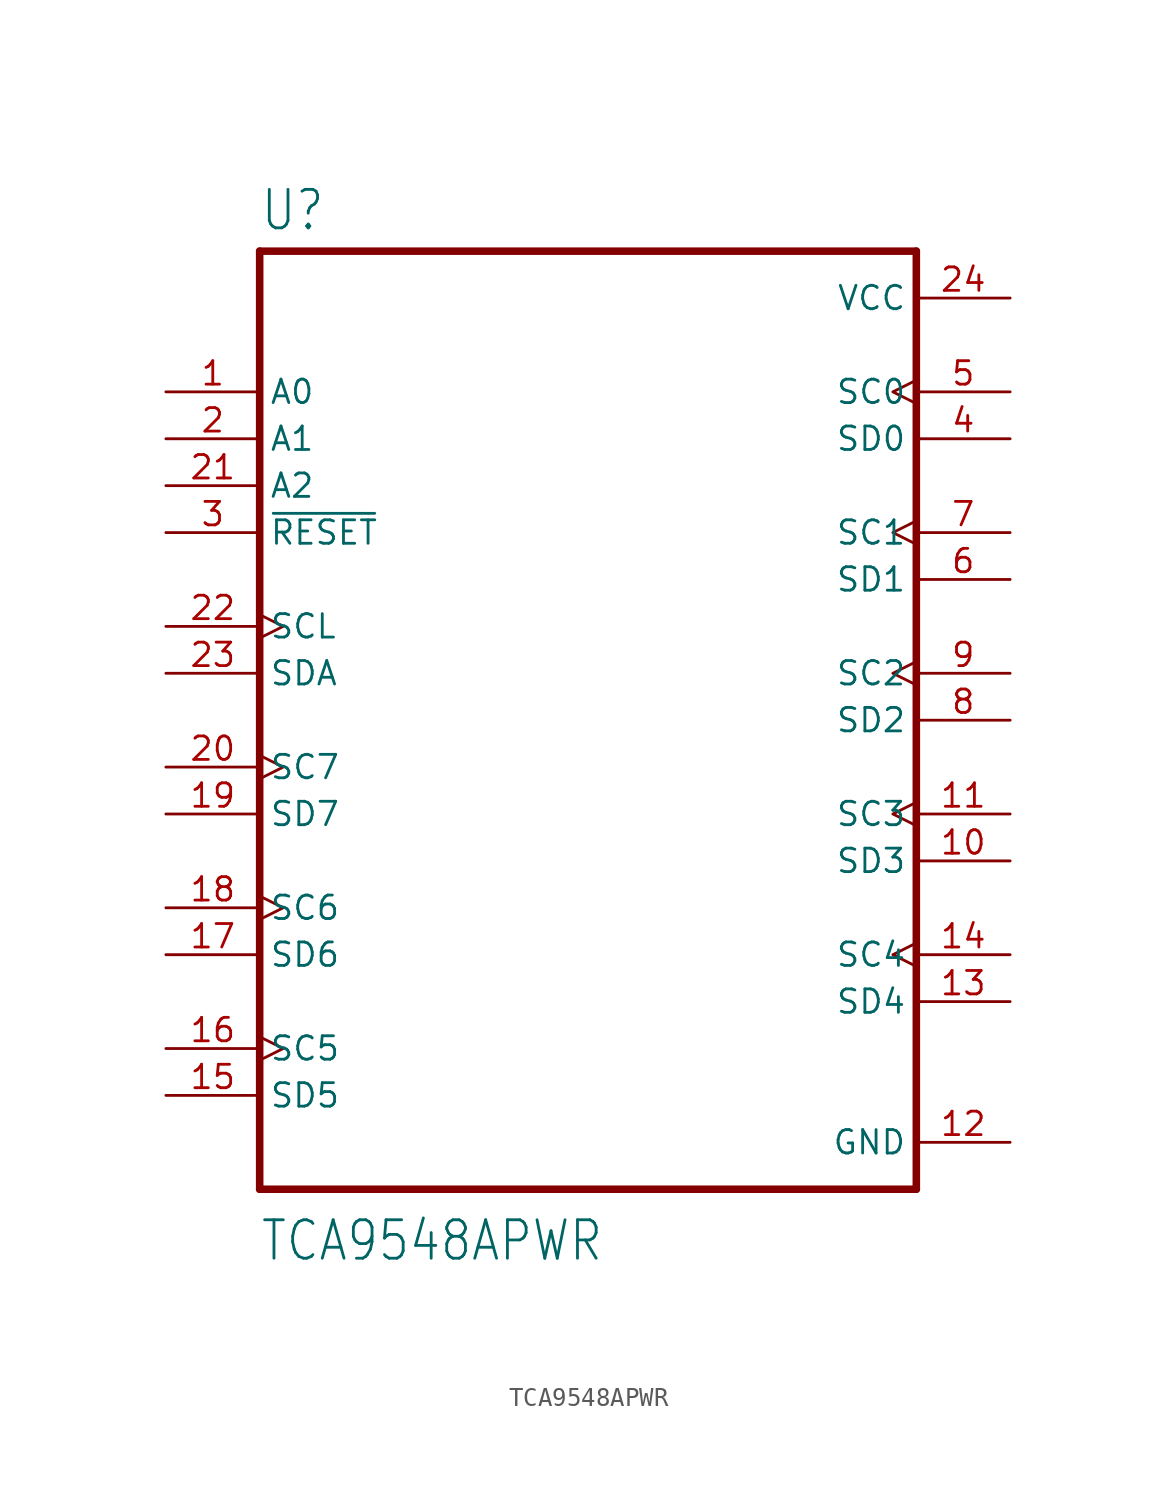
<source format=kicad_sym>
(kicad_symbol_lib
  (version 20211014)
  (generator kicad_symbol_editor)
  (symbol "TCA9548APWR"
    (property "Reference" "U"
      (at -17.78 26.4 0)
      (effects (font (size 2.083 1.77)) (justify left bottom)))
    (property "Value" "TCA9548APWR"
      (at -17.78 -29.4 0)
      (effects (font (size 2.083 1.77)) (justify left bottom)))
    (property "ki_locked" ""
      (at 0 0 0)
      (effects (font (size 1.27 1.27))))
    (symbol "TCA9548APWR_1_0"
      (polyline (pts (xy -17.78 -25.4) (xy -17.78 25.4)) (stroke (width 0.41) (type default) (color 0 0 0 0)) (fill (type none)))
      (polyline (pts (xy -17.78 25.4) (xy 17.78 25.4)) (stroke (width 0.41) (type default) (color 0 0 0 0)) (fill (type none)))
      (polyline (pts (xy 17.78 -25.4) (xy -17.78 -25.4)) (stroke (width 0.41) (type default) (color 0 0 0 0)) (fill (type none)))
      (polyline (pts (xy 17.78 25.4) (xy 17.78 -25.4)) (stroke (width 0.41) (type default) (color 0 0 0 0)) (fill (type none)))
      (pin input line (at -22.86 17.78 0) (length 5.08) (name "A0" (effects (font (size 1.27 1.27)))) (number "1" (effects (font (size 1.27 1.27)))))
      (pin bidirectional line (at 22.86 -7.62 180) (length 5.08) (name "SD3" (effects (font (size 1.27 1.27)))) (number "10" (effects (font (size 1.27 1.27)))))
      (pin bidirectional clock (at 22.86 -5.08 180) (length 5.08) (name "SC3" (effects (font (size 1.27 1.27)))) (number "11" (effects (font (size 1.27 1.27)))))
      (pin power_in line (at 22.86 -22.86 180) (length 5.08) (name "GND" (effects (font (size 1.27 1.27)))) (number "12" (effects (font (size 1.27 1.27)))))
      (pin bidirectional line (at 22.86 -15.24 180) (length 5.08) (name "SD4" (effects (font (size 1.27 1.27)))) (number "13" (effects (font (size 1.27 1.27)))))
      (pin bidirectional clock (at 22.86 -12.7 180) (length 5.08) (name "SC4" (effects (font (size 1.27 1.27)))) (number "14" (effects (font (size 1.27 1.27)))))
      (pin bidirectional line (at -22.86 -20.32 0) (length 5.08) (name "SD5" (effects (font (size 1.27 1.27)))) (number "15" (effects (font (size 1.27 1.27)))))
      (pin bidirectional clock (at -22.86 -17.78 0) (length 5.08) (name "SC5" (effects (font (size 1.27 1.27)))) (number "16" (effects (font (size 1.27 1.27)))))
      (pin bidirectional line (at -22.86 -12.7 0) (length 5.08) (name "SD6" (effects (font (size 1.27 1.27)))) (number "17" (effects (font (size 1.27 1.27)))))
      (pin bidirectional clock (at -22.86 -10.16 0) (length 5.08) (name "SC6" (effects (font (size 1.27 1.27)))) (number "18" (effects (font (size 1.27 1.27)))))
      (pin bidirectional line (at -22.86 -5.08 0) (length 5.08) (name "SD7" (effects (font (size 1.27 1.27)))) (number "19" (effects (font (size 1.27 1.27)))))
      (pin input line (at -22.86 15.24 0) (length 5.08) (name "A1" (effects (font (size 1.27 1.27)))) (number "2" (effects (font (size 1.27 1.27)))))
      (pin bidirectional clock (at -22.86 -2.54 0) (length 5.08) (name "SC7" (effects (font (size 1.27 1.27)))) (number "20" (effects (font (size 1.27 1.27)))))
      (pin input line (at -22.86 12.7 0) (length 5.08) (name "A2" (effects (font (size 1.27 1.27)))) (number "21" (effects (font (size 1.27 1.27)))))
      (pin bidirectional clock (at -22.86 5.08 0) (length 5.08) (name "SCL" (effects (font (size 1.27 1.27)))) (number "22" (effects (font (size 1.27 1.27)))))
      (pin bidirectional line (at -22.86 2.54 0) (length 5.08) (name "SDA" (effects (font (size 1.27 1.27)))) (number "23" (effects (font (size 1.27 1.27)))))
      (pin power_in line (at 22.86 22.86 180) (length 5.08) (name "VCC" (effects (font (size 1.27 1.27)))) (number "24" (effects (font (size 1.27 1.27)))))
      (pin input line (at -22.86 10.16 0) (length 5.08) (name "~{RESET}" (effects (font (size 1.27 1.27)))) (number "3" (effects (font (size 1.27 1.27)))))
      (pin bidirectional line (at 22.86 15.24 180) (length 5.08) (name "SD0" (effects (font (size 1.27 1.27)))) (number "4" (effects (font (size 1.27 1.27)))))
      (pin bidirectional clock (at 22.86 17.78 180) (length 5.08) (name "SC0" (effects (font (size 1.27 1.27)))) (number "5" (effects (font (size 1.27 1.27)))))
      (pin bidirectional line (at 22.86 7.62 180) (length 5.08) (name "SD1" (effects (font (size 1.27 1.27)))) (number "6" (effects (font (size 1.27 1.27)))))
      (pin bidirectional clock (at 22.86 10.16 180) (length 5.08) (name "SC1" (effects (font (size 1.27 1.27)))) (number "7" (effects (font (size 1.27 1.27)))))
      (pin bidirectional line (at 22.86 0 180) (length 5.08) (name "SD2" (effects (font (size 1.27 1.27)))) (number "8" (effects (font (size 1.27 1.27)))))
      (pin bidirectional clock (at 22.86 2.54 180) (length 5.08) (name "SC2" (effects (font (size 1.27 1.27)))) (number "9" (effects (font (size 1.27 1.27))))))))
</source>
